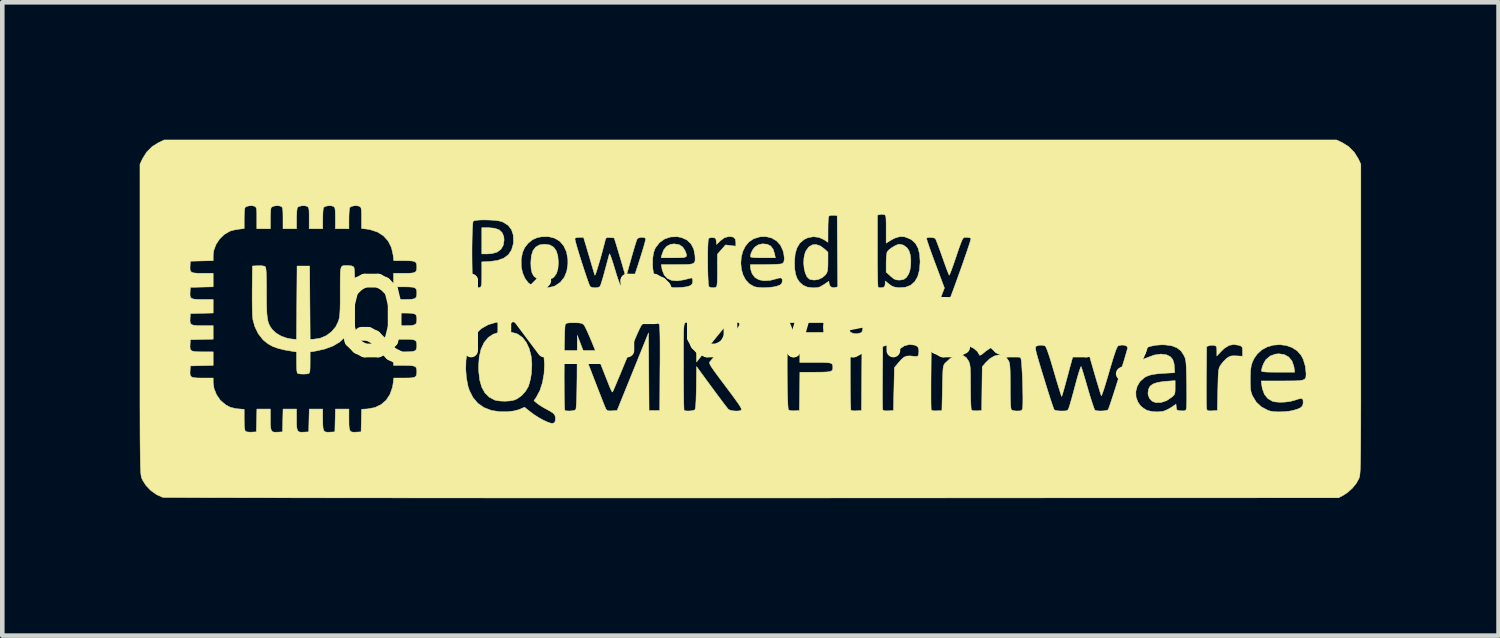
<source format=kicad_pcb>
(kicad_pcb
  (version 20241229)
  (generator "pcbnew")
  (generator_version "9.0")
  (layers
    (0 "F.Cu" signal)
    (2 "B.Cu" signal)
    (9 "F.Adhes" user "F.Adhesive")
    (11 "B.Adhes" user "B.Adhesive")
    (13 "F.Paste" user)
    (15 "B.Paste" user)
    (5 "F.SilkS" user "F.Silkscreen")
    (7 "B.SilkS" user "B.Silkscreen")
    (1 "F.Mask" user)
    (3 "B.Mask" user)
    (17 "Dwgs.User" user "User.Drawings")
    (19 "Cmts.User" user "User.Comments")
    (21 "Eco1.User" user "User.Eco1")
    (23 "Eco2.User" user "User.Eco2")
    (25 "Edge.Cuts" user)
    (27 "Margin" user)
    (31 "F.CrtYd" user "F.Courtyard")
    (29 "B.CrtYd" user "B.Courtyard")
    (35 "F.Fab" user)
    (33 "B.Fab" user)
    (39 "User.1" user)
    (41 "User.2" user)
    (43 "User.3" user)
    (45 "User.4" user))
  (footprint "QMK_PoweredBy"
    (layer "F.Cu")
    (at 13.329 3.91)
    (property "Reference" "QMK_PoweredBy" (at 0 0 0) (layer "F.SilkS") (effects (font (size 1.524 1.524) (thickness 0.3))))
    (attr through_hole)
    (fp_poly (pts (xy -5.581 -1.978) (xy -5.483 -1.943) (xy -5.418 -1.882) (xy -5.383 -1.796) (xy -5.376 -1.721) (xy -5.394 -1.608) (xy -5.444 -1.52) (xy -5.527 -1.458) (xy -5.64 -1.425) (xy -5.731 -1.418) (xy -5.863 -1.418) (xy -5.863 -1.99) (xy -5.714 -1.99) (xy -5.581 -1.978)) (stroke (width 0.01) (type solid)) (fill yes) (layer "F.SilkS"))
    (fp_poly (pts (xy -1.557 -1.62) (xy -1.478 -1.569) (xy -1.427 -1.491) (xy -1.403 -1.43) (xy -1.393 -1.387) (xy -1.402 -1.36) (xy -1.436 -1.343) (xy -1.499 -1.336) (xy -1.596 -1.334) (xy -1.673 -1.333) (xy -1.948 -1.333) (xy -1.934 -1.392) (xy -1.892 -1.506) (xy -1.828 -1.584) (xy -1.742 -1.627) (xy -1.662 -1.637) (xy -1.557 -1.62)) (stroke (width 0.01) (type solid)) (fill yes) (layer "F.SilkS"))
    (fp_poly (pts (xy 0.364 -1.629) (xy 0.365 -1.629) (xy 0.443 -1.59) (xy 0.497 -1.52) (xy 0.529 -1.417) (xy 0.545 -1.333) (xy 0.272 -1.333) (xy 0.158 -1.334) (xy 0.079 -1.337) (xy 0.031 -1.343) (xy 0.006 -1.352) (xy 0 -1.364) (xy 0.013 -1.429) (xy 0.048 -1.503) (xy 0.09 -1.561) (xy 0.166 -1.614) (xy 0.262 -1.638) (xy 0.364 -1.629)) (stroke (width 0.01) (type solid)) (fill yes) (layer "F.SilkS"))
    (fp_poly (pts (xy 9.271 1.498) (xy 9.27 1.577) (xy 9.263 1.628) (xy 9.247 1.662) (xy 9.217 1.692) (xy 9.205 1.703) (xy 9.082 1.786) (xy 8.96 1.826) (xy 8.844 1.827) (xy 8.767 1.795) (xy 8.709 1.733) (xy 8.68 1.65) (xy 8.678 1.621) (xy 8.689 1.536) (xy 8.724 1.47) (xy 8.787 1.422) (xy 8.882 1.389) (xy 9.012 1.368) (xy 9.08 1.362) (xy 9.271 1.348) (xy 9.271 1.498)) (stroke (width 0.01) (type solid)) (fill yes) (layer "F.SilkS"))
    (fp_poly (pts (xy 11.655 0.78) (xy 11.75 0.833) (xy 11.82 0.918) (xy 11.861 1.033) (xy 11.867 1.066) (xy 11.88 1.164) (xy 11.518 1.164) (xy 11.378 1.163) (xy 11.277 1.161) (xy 11.209 1.156) (xy 11.17 1.149) (xy 11.155 1.14) (xy 11.155 1.138) (xy 11.168 1.062) (xy 11.201 0.976) (xy 11.245 0.9) (xy 11.255 0.887) (xy 11.346 0.81) (xy 11.459 0.769) (xy 11.537 0.762) (xy 11.655 0.78)) (stroke (width 0.01) (type solid)) (fill yes) (layer "F.SilkS"))
    (fp_poly (pts (xy -4.381 -1.614) (xy -4.297 -1.567) (xy -4.238 -1.487) (xy -4.203 -1.373) (xy -4.191 -1.231) (xy -4.201 -1.095) (xy -4.232 -0.991) (xy -4.285 -0.916) (xy -4.315 -0.892) (xy -4.398 -0.853) (xy -4.492 -0.837) (xy -4.573 -0.846) (xy -4.663 -0.882) (xy -4.726 -0.931) (xy -4.766 -1.001) (xy -4.787 -1.099) (xy -4.793 -1.228) (xy -4.781 -1.375) (xy -4.746 -1.488) (xy -4.686 -1.568) (xy -4.601 -1.615) (xy -4.492 -1.63) (xy -4.381 -1.614)) (stroke (width 0.01) (type solid)) (fill yes) (layer "F.SilkS"))
    (fp_poly (pts (xy 1.527 -1.591) (xy 1.61 -1.531) (xy 1.693 -1.456) (xy 1.693 -1.241) (xy 1.691 -1.133) (xy 1.684 -1.056) (xy 1.667 -1.002) (xy 1.638 -0.96) (xy 1.592 -0.919) (xy 1.564 -0.898) (xy 1.487 -0.861) (xy 1.397 -0.847) (xy 1.314 -0.857) (xy 1.284 -0.871) (xy 1.234 -0.921) (xy 1.197 -1.003) (xy 1.173 -1.105) (xy 1.163 -1.218) (xy 1.169 -1.331) (xy 1.192 -1.434) (xy 1.212 -1.482) (xy 1.273 -1.568) (xy 1.349 -1.615) (xy 1.434 -1.623) (xy 1.527 -1.591)) (stroke (width 0.01) (type solid)) (fill yes) (layer "F.SilkS"))
    (fp_poly (pts (xy 3.34 -1.61) (xy 3.415 -1.555) (xy 3.462 -1.488) (xy 3.49 -1.396) (xy 3.502 -1.282) (xy 3.498 -1.161) (xy 3.48 -1.05) (xy 3.454 -0.98) (xy 3.406 -0.905) (xy 3.35 -0.863) (xy 3.275 -0.848) (xy 3.239 -0.847) (xy 3.182 -0.852) (xy 3.133 -0.873) (xy 3.077 -0.917) (xy 3.058 -0.934) (xy 2.963 -1.021) (xy 2.963 -1.221) (xy 2.966 -1.314) (xy 2.972 -1.393) (xy 2.981 -1.449) (xy 2.986 -1.463) (xy 3.022 -1.505) (xy 3.083 -1.552) (xy 3.153 -1.594) (xy 3.218 -1.623) (xy 3.254 -1.63) (xy 3.34 -1.61)) (stroke (width 0.01) (type solid)) (fill yes) (layer "F.SilkS"))
    (fp_poly (pts (xy -5.233 0.29) (xy -5.111 0.319) (xy -5.077 0.334) (xy -4.973 0.408) (xy -4.89 0.516) (xy -4.827 0.652) (xy -4.786 0.812) (xy -4.77 0.992) (xy -4.78 1.187) (xy -4.782 1.201) (xy -4.798 1.3) (xy -4.822 1.399) (xy -4.847 1.476) (xy -4.85 1.482) (xy -4.91 1.583) (xy -4.994 1.675) (xy -5.091 1.744) (xy -5.161 1.774) (xy -5.247 1.79) (xy -5.352 1.797) (xy -5.46 1.793) (xy -5.551 1.78) (xy -5.583 1.771) (xy -5.701 1.708) (xy -5.795 1.615) (xy -5.864 1.49) (xy -5.909 1.332) (xy -5.93 1.14) (xy -5.933 1.038) (xy -5.919 0.834) (xy -5.879 0.66) (xy -5.813 0.517) (xy -5.722 0.407) (xy -5.616 0.336) (xy -5.502 0.298) (xy -5.369 0.283) (xy -5.233 0.29)) (stroke (width 0.01) (type solid)) (fill yes) (layer "F.SilkS"))
    (fp_poly (pts (xy -8.785 -1.164) (xy -8.706 -1.157) (xy -8.66 -1.135) (xy -8.657 -1.132) (xy -8.648 -1.1) (xy -8.642 -1.032) (xy -8.638 -0.935) (xy -8.636 -0.817) (xy -8.637 -0.684) (xy -8.64 -0.542) (xy -8.644 -0.399) (xy -8.651 -0.261) (xy -8.658 -0.136) (xy -8.667 -0.03) (xy -8.678 0.051) (xy -8.687 0.093) (xy -8.756 0.258) (xy -8.848 0.395) (xy -8.966 0.506) (xy -9.113 0.593) (xy -9.293 0.659) (xy -9.508 0.706) (xy -9.53 0.709) (xy -9.61 0.722) (xy -9.61 0.951) (xy -9.611 1.056) (xy -9.614 1.125) (xy -9.622 1.167) (xy -9.634 1.188) (xy -9.643 1.194) (xy -9.689 1.202) (xy -9.756 1.205) (xy -9.825 1.202) (xy -9.875 1.194) (xy -9.88 1.192) (xy -9.893 1.172) (xy -9.901 1.12) (xy -9.905 1.033) (xy -9.906 0.952) (xy -9.906 0.722) (xy -9.985 0.71) (xy -10.166 0.679) (xy -10.311 0.643) (xy -10.43 0.6) (xy -10.528 0.545) (xy -10.615 0.476) (xy -10.642 0.451) (xy -10.742 0.323) (xy -10.817 0.169) (xy -10.859 0.017) (xy -10.865 -0.037) (xy -10.87 -0.126) (xy -10.873 -0.243) (xy -10.875 -0.38) (xy -10.875 -0.53) (xy -10.875 -0.626) (xy -10.869 -1.154) (xy -10.746 -1.16) (xy -10.667 -1.159) (xy -10.609 -1.15) (xy -10.592 -1.142) (xy -10.583 -1.127) (xy -10.575 -1.096) (xy -10.57 -1.046) (xy -10.566 -0.971) (xy -10.564 -0.868) (xy -10.562 -0.73) (xy -10.562 -0.58) (xy -10.562 -0.393) (xy -10.559 -0.242) (xy -10.554 -0.122) (xy -10.544 -0.028) (xy -10.531 0.047) (xy -10.512 0.107) (xy -10.486 0.16) (xy -10.453 0.209) (xy -10.432 0.237) (xy -10.35 0.313) (xy -10.24 0.377) (xy -10.116 0.421) (xy -10.025 0.438) (xy -9.907 0.45) (xy -9.895 -1.154) (xy -9.62 -1.154) (xy -9.615 -0.355) (xy -9.609 0.445) (xy -9.539 0.445) (xy -9.395 0.424) (xy -9.26 0.368) (xy -9.142 0.28) (xy -9.048 0.168) (xy -8.996 0.059) (xy -8.982 0.017) (xy -8.972 -0.026) (xy -8.965 -0.078) (xy -8.96 -0.143) (xy -8.956 -0.229) (xy -8.954 -0.341) (xy -8.954 -0.485) (xy -8.954 -0.6) (xy -8.954 -0.77) (xy -8.953 -0.901) (xy -8.951 -1) (xy -8.945 -1.07) (xy -8.934 -1.117) (xy -8.917 -1.146) (xy -8.893 -1.16) (xy -8.859 -1.164) (xy -8.815 -1.164) (xy -8.785 -1.164)) (stroke (width 0.01) (type solid)) (fill yes) (layer "F.SilkS"))
    (fp_poly (pts (xy 12.915 -3.849) (xy 13.059 -3.759) (xy 13.18 -3.637) (xy 13.268 -3.496) (xy 13.324 -3.376) (xy 13.324 0) (xy 13.324 0.443) (xy 13.324 0.845) (xy 13.324 1.209) (xy 13.324 1.536) (xy 13.324 1.83) (xy 13.323 2.091) (xy 13.323 2.321) (xy 13.322 2.523) (xy 13.321 2.699) (xy 13.32 2.85) (xy 13.318 2.979) (xy 13.317 3.088) (xy 13.315 3.178) (xy 13.312 3.252) (xy 13.31 3.312) (xy 13.306 3.359) (xy 13.303 3.396) (xy 13.299 3.424) (xy 13.295 3.446) (xy 13.29 3.463) (xy 13.285 3.478) (xy 13.284 3.481) (xy 13.226 3.588) (xy 13.139 3.695) (xy 13.035 3.789) (xy 12.944 3.849) (xy 12.838 3.905) (xy 0.032 3.909) (xy -0.703 3.909) (xy -1.428 3.909) (xy -2.141 3.909) (xy -2.841 3.909) (xy -3.527 3.909) (xy -4.198 3.909) (xy -4.853 3.909) (xy -5.491 3.909) (xy -6.11 3.908) (xy -6.71 3.908) (xy -7.289 3.908) (xy -7.845 3.907) (xy -8.379 3.907) (xy -8.888 3.907) (xy -9.372 3.906) (xy -9.83 3.906) (xy -10.259 3.905) (xy -10.66 3.904) (xy -11.03 3.904) (xy -11.369 3.903) (xy -11.676 3.902) (xy -11.949 3.902) (xy -12.188 3.901) (xy -12.39 3.9) (xy -12.556 3.899) (xy -12.683 3.898) (xy -12.771 3.898) (xy -12.819 3.897) (xy -12.827 3.896) (xy -12.961 3.836) (xy -13.087 3.747) (xy -13.193 3.636) (xy -13.27 3.514) (xy -13.284 3.481) (xy -13.289 3.467) (xy -13.294 3.45) (xy -13.298 3.429) (xy -13.302 3.402) (xy -13.306 3.367) (xy -13.309 3.323) (xy -13.312 3.266) (xy -13.314 3.195) (xy -13.316 3.109) (xy -13.318 3.004) (xy -13.319 2.88) (xy -13.321 2.733) (xy -13.322 2.563) (xy -13.323 2.366) (xy -13.323 2.142) (xy -13.324 1.888) (xy -13.324 1.601) (xy -13.324 1.281) (xy -13.324 0.925) (xy -13.324 0.531) (xy -13.324 0.097) (xy -13.324 -1.092) (xy -12.232 -1.092) (xy -12.223 -1.047) (xy -12.197 -1.018) (xy -12.148 -1.003) (xy -12.069 -0.996) (xy -11.957 -0.995) (xy -11.726 -0.995) (xy -11.726 -0.7) (xy -11.975 -0.694) (xy -12.224 -0.688) (xy -12.23 -0.586) (xy -12.232 -0.52) (xy -12.223 -0.475) (xy -12.197 -0.447) (xy -12.148 -0.431) (xy -12.069 -0.425) (xy -11.957 -0.423) (xy -11.726 -0.423) (xy -11.726 -0.128) (xy -11.975 -0.122) (xy -12.224 -0.116) (xy -12.23 -0.014) (xy -12.232 0.051) (xy -12.223 0.096) (xy -12.197 0.125) (xy -12.148 0.14) (xy -12.069 0.147) (xy -11.957 0.148) (xy -11.726 0.148) (xy -11.726 0.443) (xy -11.975 0.449) (xy -12.224 0.455) (xy -12.23 0.557) (xy -12.232 0.623) (xy -12.223 0.668) (xy -12.197 0.696) (xy -12.148 0.712) (xy -12.069 0.718) (xy -11.957 0.72) (xy -11.726 0.72) (xy -11.726 1.015) (xy -11.975 1.021) (xy -12.224 1.027) (xy -12.23 1.129) (xy -12.232 1.194) (xy -12.223 1.239) (xy -12.197 1.268) (xy -12.148 1.283) (xy -12.069 1.29) (xy -11.957 1.291) (xy -11.726 1.291) (xy -11.726 1.386) (xy -11.707 1.521) (xy -11.654 1.654) (xy -11.575 1.769) (xy -11.552 1.792) (xy -11.451 1.877) (xy -11.351 1.93) (xy -11.236 1.958) (xy -11.182 1.964) (xy -11.049 1.974) (xy -11.049 2.2) (xy -11.046 2.324) (xy -11.038 2.407) (xy -11.025 2.449) (xy -11.023 2.452) (xy -10.983 2.468) (xy -10.914 2.473) (xy -10.89 2.472) (xy -10.784 2.466) (xy -10.778 2.217) (xy -10.772 1.968) (xy -10.477 1.968) (xy -10.477 2.199) (xy -10.476 2.313) (xy -10.469 2.391) (xy -10.453 2.44) (xy -10.425 2.466) (xy -10.379 2.474) (xy -10.315 2.472) (xy -10.213 2.466) (xy -10.207 2.217) (xy -10.201 1.968) (xy -9.906 1.968) (xy -9.906 2.199) (xy -9.905 2.313) (xy -9.898 2.391) (xy -9.882 2.44) (xy -9.853 2.466) (xy -9.808 2.474) (xy -9.744 2.472) (xy -9.641 2.466) (xy -9.635 2.217) (xy -9.629 1.968) (xy -9.335 1.968) (xy -9.335 2.199) (xy -9.333 2.313) (xy -9.326 2.391) (xy -9.31 2.44) (xy -9.282 2.466) (xy -9.236 2.474) (xy -9.172 2.472) (xy -9.07 2.466) (xy -9.064 2.217) (xy -9.058 1.968) (xy -8.763 1.968) (xy -8.763 2.199) (xy -8.762 2.313) (xy -8.755 2.391) (xy -8.739 2.44) (xy -8.71 2.466) (xy -8.665 2.474) (xy -8.601 2.472) (xy -8.498 2.466) (xy -8.492 2.22) (xy -8.487 1.973) (xy -8.355 1.965) (xy -8.197 1.935) (xy -8.061 1.871) (xy -7.95 1.775) (xy -7.867 1.648) (xy -7.813 1.495) (xy -7.799 1.413) (xy -7.784 1.291) (xy -7.555 1.291) (xy -7.443 1.29) (xy -7.366 1.283) (xy -7.318 1.267) (xy -7.293 1.239) (xy -7.283 1.195) (xy -7.281 1.154) (xy -7.284 1.098) (xy -6.213 1.098) (xy -6.199 1.288) (xy -6.165 1.465) (xy -6.136 1.557) (xy -6.057 1.715) (xy -5.95 1.842) (xy -5.815 1.936) (xy -5.655 1.998) (xy -5.468 2.027) (xy -5.305 2.027) (xy -5.171 2.011) (xy -5.06 1.984) (xy -5.03 1.972) (xy -4.93 1.928) (xy -4.802 2.031) (xy -4.712 2.097) (xy -4.614 2.159) (xy -4.515 2.213) (xy -4.425 2.254) (xy -4.353 2.278) (xy -4.318 2.281) (xy -4.277 2.266) (xy -4.259 2.225) (xy -4.258 2.215) (xy -4.256 2.149) (xy -4.27 2.099) (xy -4.308 2.056) (xy -4.376 2.012) (xy -4.428 1.984) (xy -4.512 1.938) (xy -4.591 1.89) (xy -4.648 1.849) (xy -4.654 1.845) (xy -4.724 1.786) (xy -4.67 1.706) (xy -4.594 1.563) (xy -4.538 1.39) (xy -4.514 1.253) (xy -4.065 1.253) (xy -4.064 1.419) (xy -4.064 1.574) (xy -4.062 1.713) (xy -4.06 1.83) (xy -4.057 1.92) (xy -4.054 1.977) (xy -4.05 1.997) (xy -4.016 2.008) (xy -3.958 2.011) (xy -3.893 2.007) (xy -3.838 1.996) (xy -3.813 1.983) (xy -3.806 1.955) (xy -3.8 1.891) (xy -3.795 1.789) (xy -3.79 1.648) (xy -3.787 1.467) (xy -3.784 1.245) (xy -3.784 1.157) (xy -3.778 0.36) (xy -3.483 1.127) (xy -3.417 1.3) (xy -3.354 1.462) (xy -3.297 1.609) (xy -3.247 1.736) (xy -3.207 1.839) (xy -3.177 1.912) (xy -3.161 1.951) (xy -3.16 1.954) (xy -3.139 1.988) (xy -3.112 2.005) (xy -3.066 2.009) (xy -3.02 2.007) (xy -2.91 2) (xy -2.567 1.154) (xy -2.224 0.307) (xy -2.218 1.154) (xy -2.212 2) (xy -1.979 2) (xy -1.974 1.071) (xy -1.973 1.016) (xy -1.46 1.016) (xy -1.46 1.045) (xy -1.46 1.24) (xy -1.459 1.422) (xy -1.458 1.587) (xy -1.456 1.73) (xy -1.454 1.846) (xy -1.451 1.933) (xy -1.449 1.984) (xy -1.446 1.997) (xy -1.413 2.008) (xy -1.355 2.011) (xy -1.29 2.007) (xy -1.235 1.996) (xy -1.21 1.983) (xy -1.201 1.95) (xy -1.193 1.878) (xy -1.187 1.767) (xy -1.183 1.62) (xy -1.18 1.498) (xy -1.175 1.041) (xy -0.847 1.489) (xy -0.757 1.611) (xy -0.673 1.723) (xy -0.6 1.821) (xy -0.541 1.898) (xy -0.5 1.951) (xy -0.482 1.973) (xy -0.442 1.994) (xy -0.381 2.007) (xy -0.311 2.012) (xy -0.248 2.009) (xy -0.207 1.996) (xy -0.201 1.99) (xy -0.197 1.978) (xy -0.199 1.96) (xy -0.211 1.934) (xy -0.234 1.894) (xy -0.271 1.839) (xy -0.325 1.764) (xy -0.397 1.665) (xy -0.491 1.539) (xy -0.577 1.424) (xy -0.679 1.288) (xy -0.758 1.181) (xy -0.816 1.1) (xy -0.856 1.041) (xy -0.88 0.999) (xy -0.892 0.97) (xy -0.893 0.953) (xy 0.803 0.953) (xy 0.803 1.125) (xy 0.804 1.296) (xy 0.806 1.46) (xy 0.809 1.61) (xy 0.813 1.743) (xy 0.817 1.852) (xy 0.822 1.932) (xy 0.828 1.978) (xy 0.831 1.986) (xy 0.87 2.002) (xy 0.939 2.007) (xy 0.963 2.006) (xy 1.069 2) (xy 1.075 1.582) (xy 1.08 1.164) (xy 1.414 1.164) (xy 1.551 1.163) (xy 1.651 1.16) (xy 1.72 1.153) (xy 1.764 1.14) (xy 1.788 1.121) (xy 1.798 1.093) (xy 1.799 1.066) (xy 1.798 1.026) (xy 1.791 0.996) (xy 1.773 0.976) (xy 1.737 0.963) (xy 1.678 0.956) (xy 1.59 0.953) (xy 1.467 0.953) (xy 1.426 0.953) (xy 1.079 0.953) (xy 1.079 0.613) (xy 2.18 0.613) (xy 2.18 1.298) (xy 2.181 1.464) (xy 2.182 1.617) (xy 2.184 1.751) (xy 2.186 1.86) (xy 2.19 1.941) (xy 2.193 1.988) (xy 2.195 1.998) (xy 2.223 2.005) (xy 2.279 2.008) (xy 2.317 2.006) (xy 2.424 2) (xy 2.427 1.6) (xy 2.882 1.6) (xy 2.883 1.734) (xy 2.884 1.845) (xy 2.885 1.928) (xy 2.887 1.976) (xy 2.889 1.985) (xy 2.914 2.003) (xy 2.974 2.008) (xy 3.011 2.007) (xy 3.122 2) (xy 3.131 1.6) (xy 3.941 1.6) (xy 3.941 1.734) (xy 3.942 1.845) (xy 3.944 1.928) (xy 3.946 1.976) (xy 3.947 1.985) (xy 3.972 2.003) (xy 4.033 2.008) (xy 4.069 2.007) (xy 4.18 2) (xy 4.191 1.51) (xy 4.194 1.353) (xy 4.198 1.234) (xy 4.201 1.145) (xy 4.206 1.082) (xy 4.213 1.038) (xy 4.222 1.008) (xy 4.234 0.986) (xy 4.249 0.967) (xy 4.255 0.962) (xy 4.359 0.866) (xy 4.461 0.806) (xy 4.556 0.783) (xy 4.641 0.797) (xy 4.713 0.847) (xy 4.762 0.92) (xy 4.776 0.952) (xy 4.787 0.987) (xy 4.794 1.031) (xy 4.8 1.091) (xy 4.803 1.172) (xy 4.804 1.28) (xy 4.805 1.423) (xy 4.805 1.483) (xy 4.806 1.622) (xy 4.808 1.747) (xy 4.812 1.852) (xy 4.816 1.931) (xy 4.821 1.977) (xy 4.823 1.986) (xy 4.859 2.004) (xy 4.934 2.007) (xy 4.944 2.007) (xy 5.048 2) (xy 5.06 1.044) (xy 5.136 0.955) (xy 5.229 0.867) (xy 5.326 0.81) (xy 5.421 0.787) (xy 5.509 0.798) (xy 5.584 0.842) (xy 5.638 0.918) (xy 5.65 0.948) (xy 5.658 0.989) (xy 5.665 1.045) (xy 5.669 1.122) (xy 5.671 1.227) (xy 5.672 1.364) (xy 5.673 1.475) (xy 5.673 1.648) (xy 5.676 1.782) (xy 5.68 1.88) (xy 5.686 1.945) (xy 5.694 1.979) (xy 5.698 1.985) (xy 5.733 2.001) (xy 5.793 2.01) (xy 5.825 2.011) (xy 5.887 2.008) (xy 5.92 1.997) (xy 5.935 1.971) (xy 5.94 1.956) (xy 5.945 1.911) (xy 5.947 1.831) (xy 5.948 1.725) (xy 5.946 1.601) (xy 5.943 1.465) (xy 5.939 1.327) (xy 5.933 1.193) (xy 5.926 1.071) (xy 5.919 0.97) (xy 5.911 0.897) (xy 5.904 0.863) (xy 5.843 0.742) (xy 5.753 0.65) (xy 5.702 0.624) (xy 6.223 0.624) (xy 6.223 0.65) (xy 6.23 0.691) (xy 6.244 0.75) (xy 6.267 0.833) (xy 6.299 0.942) (xy 6.341 1.083) (xy 6.395 1.26) (xy 6.405 1.291) (xy 6.455 1.453) (xy 6.501 1.601) (xy 6.543 1.733) (xy 6.579 1.842) (xy 6.607 1.923) (xy 6.625 1.972) (xy 6.63 1.984) (xy 6.665 2) (xy 6.733 2.009) (xy 6.788 2.011) (xy 6.862 2.01) (xy 6.905 2.004) (xy 6.929 1.987) (xy 6.946 1.956) (xy 6.951 1.942) (xy 6.965 1.901) (xy 6.987 1.826) (xy 7.016 1.725) (xy 7.049 1.605) (xy 7.084 1.474) (xy 7.092 1.444) (xy 7.126 1.318) (xy 7.157 1.209) (xy 7.184 1.123) (xy 7.204 1.065) (xy 7.217 1.041) (xy 7.219 1.041) (xy 7.229 1.069) (xy 7.249 1.131) (xy 7.276 1.221) (xy 7.31 1.334) (xy 7.347 1.462) (xy 7.365 1.524) (xy 7.404 1.656) (xy 7.441 1.775) (xy 7.474 1.874) (xy 7.499 1.947) (xy 7.517 1.988) (xy 7.521 1.995) (xy 7.563 2.006) (xy 7.627 2.011) (xy 7.698 2.009) (xy 7.762 2) (xy 7.803 1.987) (xy 7.807 1.983) (xy 7.819 1.957) (xy 7.841 1.896) (xy 7.871 1.807) (xy 7.908 1.695) (xy 7.944 1.585) (xy 8.413 1.585) (xy 8.417 1.703) (xy 8.458 1.816) (xy 8.516 1.897) (xy 8.578 1.95) (xy 8.649 1.992) (xy 8.668 2) (xy 8.772 2.024) (xy 8.889 2.03) (xy 8.999 2.019) (xy 9.04 2.007) (xy 9.102 1.98) (xy 9.174 1.94) (xy 9.201 1.923) (xy 9.289 1.862) (xy 9.296 1.931) (xy 9.303 1.973) (xy 9.321 1.994) (xy 9.362 2.004) (xy 9.403 2.007) (xy 9.464 2.008) (xy 9.496 2) (xy 9.511 1.976) (xy 9.516 1.959) (xy 9.52 1.922) (xy 9.522 1.851) (xy 9.524 1.75) (xy 9.524 1.627) (xy 9.523 1.577) (xy 9.952 1.577) (xy 9.952 1.712) (xy 9.953 1.824) (xy 9.955 1.907) (xy 9.958 1.956) (xy 9.959 1.964) (xy 9.97 1.993) (xy 9.993 2.006) (xy 10.04 2.009) (xy 10.081 2.007) (xy 10.192 2) (xy 10.202 1.544) (xy 10.206 1.393) (xy 10.208 1.312) (xy 10.911 1.312) (xy 10.912 1.428) (xy 10.916 1.512) (xy 10.924 1.575) (xy 10.937 1.626) (xy 10.957 1.676) (xy 10.96 1.683) (xy 11.043 1.818) (xy 11.155 1.922) (xy 11.296 1.996) (xy 11.345 2.012) (xy 11.418 2.025) (xy 11.517 2.03) (xy 11.629 2.027) (xy 11.739 2.018) (xy 11.833 2.002) (xy 11.844 1.999) (xy 11.944 1.969) (xy 12.01 1.939) (xy 12.047 1.903) (xy 12.063 1.855) (xy 12.065 1.82) (xy 12.062 1.771) (xy 12.047 1.744) (xy 12.014 1.738) (xy 11.956 1.751) (xy 11.874 1.778) (xy 11.78 1.802) (xy 11.669 1.816) (xy 11.556 1.82) (xy 11.456 1.812) (xy 11.394 1.798) (xy 11.293 1.738) (xy 11.22 1.647) (xy 11.174 1.523) (xy 11.164 1.464) (xy 11.149 1.355) (xy 11.606 1.355) (xy 11.768 1.354) (xy 11.892 1.353) (xy 11.984 1.348) (xy 12.048 1.338) (xy 12.09 1.322) (xy 12.114 1.299) (xy 12.125 1.267) (xy 12.128 1.224) (xy 12.129 1.195) (xy 12.113 1.036) (xy 12.069 0.888) (xy 12.023 0.798) (xy 11.936 0.698) (xy 11.825 0.626) (xy 11.696 0.581) (xy 11.557 0.563) (xy 11.417 0.573) (xy 11.283 0.611) (xy 11.162 0.676) (xy 11.062 0.769) (xy 11.055 0.778) (xy 10.998 0.859) (xy 10.958 0.937) (xy 10.932 1.021) (xy 10.917 1.122) (xy 10.912 1.251) (xy 10.911 1.312) (xy 10.208 1.312) (xy 10.209 1.279) (xy 10.213 1.195) (xy 10.219 1.134) (xy 10.227 1.09) (xy 10.237 1.057) (xy 10.252 1.029) (xy 10.27 1) (xy 10.323 0.933) (xy 10.384 0.872) (xy 10.402 0.857) (xy 10.449 0.826) (xy 10.494 0.81) (xy 10.554 0.806) (xy 10.609 0.808) (xy 10.742 0.815) (xy 10.742 0.709) (xy 10.741 0.646) (xy 10.73 0.611) (xy 10.701 0.591) (xy 10.654 0.575) (xy 10.547 0.559) (xy 10.446 0.58) (xy 10.347 0.641) (xy 10.282 0.703) (xy 10.181 0.809) (xy 10.181 0.701) (xy 10.179 0.637) (xy 10.169 0.602) (xy 10.146 0.586) (xy 10.125 0.579) (xy 10.061 0.576) (xy 10.014 0.585) (xy 9.959 0.604) (xy 9.953 1.26) (xy 9.952 1.424) (xy 9.952 1.577) (xy 9.523 1.577) (xy 9.523 1.488) (xy 9.522 1.402) (xy 9.519 1.242) (xy 9.516 1.118) (xy 9.512 1.024) (xy 9.507 0.955) (xy 9.5 0.903) (xy 9.491 0.863) (xy 9.478 0.829) (xy 9.464 0.799) (xy 9.4 0.701) (xy 9.313 0.632) (xy 9.2 0.588) (xy 9.057 0.568) (xy 8.974 0.566) (xy 8.84 0.576) (xy 8.72 0.602) (xy 8.618 0.641) (xy 8.539 0.689) (xy 8.487 0.744) (xy 8.468 0.804) (xy 8.486 0.864) (xy 8.493 0.873) (xy 8.51 0.89) (xy 8.534 0.894) (xy 8.573 0.883) (xy 8.639 0.855) (xy 8.663 0.845) (xy 8.822 0.788) (xy 8.961 0.768) (xy 9.08 0.784) (xy 9.089 0.787) (xy 9.168 0.827) (xy 9.219 0.888) (xy 9.247 0.976) (xy 9.254 1.048) (xy 9.26 1.175) (xy 9.028 1.188) (xy 8.886 1.199) (xy 8.778 1.214) (xy 8.696 1.235) (xy 8.629 1.264) (xy 8.603 1.28) (xy 8.506 1.365) (xy 8.443 1.469) (xy 8.413 1.585) (xy 7.944 1.585) (xy 7.95 1.566) (xy 7.994 1.426) (xy 8.04 1.281) (xy 8.085 1.137) (xy 8.127 1.001) (xy 8.165 0.877) (xy 8.196 0.771) (xy 8.219 0.691) (xy 8.232 0.641) (xy 8.234 0.628) (xy 8.215 0.596) (xy 8.169 0.576) (xy 8.108 0.571) (xy 8.046 0.582) (xy 8.024 0.591) (xy 8.008 0.613) (xy 7.984 0.665) (xy 7.954 0.75) (xy 7.915 0.87) (xy 7.868 1.026) (xy 7.831 1.152) (xy 7.789 1.295) (xy 7.751 1.422) (xy 7.717 1.53) (xy 7.689 1.611) (xy 7.67 1.662) (xy 7.66 1.678) (xy 7.66 1.678) (xy 7.651 1.654) (xy 7.631 1.595) (xy 7.604 1.506) (xy 7.57 1.393) (xy 7.531 1.262) (xy 7.492 1.127) (xy 7.338 0.593) (xy 7.269 0.58) (xy 7.184 0.577) (xy 7.121 0.6) (xy 7.094 0.631) (xy 7.084 0.661) (xy 7.065 0.725) (xy 7.039 0.819) (xy 7.007 0.936) (xy 6.97 1.069) (xy 6.941 1.18) (xy 6.903 1.32) (xy 6.869 1.446) (xy 6.839 1.551) (xy 6.816 1.631) (xy 6.8 1.68) (xy 6.794 1.693) (xy 6.786 1.674) (xy 6.767 1.619) (xy 6.741 1.534) (xy 6.707 1.424) (xy 6.668 1.295) (xy 6.626 1.152) (xy 6.572 0.968) (xy 6.527 0.823) (xy 6.49 0.714) (xy 6.462 0.641) (xy 6.441 0.6) (xy 6.432 0.591) (xy 6.368 0.574) (xy 6.295 0.576) (xy 6.237 0.598) (xy 6.228 0.608) (xy 6.223 0.624) (xy 5.702 0.624) (xy 5.638 0.591) (xy 5.501 0.566) (xy 5.482 0.566) (xy 5.371 0.578) (xy 5.263 0.621) (xy 5.148 0.696) (xy 5.086 0.748) (xy 5.036 0.786) (xy 5.006 0.795) (xy 5.001 0.79) (xy 4.954 0.711) (xy 4.876 0.644) (xy 4.775 0.594) (xy 4.663 0.568) (xy 4.614 0.565) (xy 4.515 0.574) (xy 4.423 0.604) (xy 4.327 0.662) (xy 4.26 0.713) (xy 4.17 0.786) (xy 4.17 0.69) (xy 4.167 0.629) (xy 4.155 0.598) (xy 4.125 0.583) (xy 4.114 0.579) (xy 4.05 0.576) (xy 4.003 0.585) (xy 3.948 0.604) (xy 3.942 1.281) (xy 3.941 1.447) (xy 3.941 1.6) (xy 3.131 1.6) (xy 3.133 1.533) (xy 3.143 1.065) (xy 3.225 0.965) (xy 3.294 0.887) (xy 3.351 0.838) (xy 3.407 0.813) (xy 3.474 0.808) (xy 3.533 0.813) (xy 3.602 0.82) (xy 3.641 0.818) (xy 3.66 0.804) (xy 3.67 0.775) (xy 3.671 0.771) (xy 3.677 0.706) (xy 3.672 0.654) (xy 3.653 0.61) (xy 3.613 0.583) (xy 3.576 0.571) (xy 3.466 0.56) (xy 3.362 0.588) (xy 3.259 0.656) (xy 3.212 0.7) (xy 3.111 0.804) (xy 3.111 0.699) (xy 3.109 0.635) (xy 3.099 0.601) (xy 3.075 0.585) (xy 3.056 0.579) (xy 2.992 0.576) (xy 2.944 0.585) (xy 2.889 0.604) (xy 2.884 1.281) (xy 2.883 1.447) (xy 2.882 1.6) (xy 2.427 1.6) (xy 2.429 1.297) (xy 2.435 0.595) (xy 2.359 0.58) (xy 2.289 0.577) (xy 2.231 0.59) (xy 2.18 0.613) (xy 1.079 0.613) (xy 1.079 0.296) (xy 1.44 0.296) (xy 1.571 0.296) (xy 1.666 0.295) (xy 1.731 0.292) (xy 1.773 0.287) (xy 1.797 0.279) (xy 1.81 0.266) (xy 1.818 0.249) (xy 1.819 0.248) (xy 1.829 0.189) (xy 1.828 0.163) (xy 2.16 0.163) (xy 2.162 0.227) (xy 2.175 0.277) (xy 2.185 0.291) (xy 2.25 0.32) (xy 2.329 0.325) (xy 2.403 0.307) (xy 2.429 0.291) (xy 2.445 0.258) (xy 2.455 0.201) (xy 2.455 0.178) (xy 2.45 0.113) (xy 2.43 0.074) (xy 2.402 0.051) (xy 2.335 0.029) (xy 2.257 0.034) (xy 2.19 0.064) (xy 2.187 0.066) (xy 2.169 0.103) (xy 2.16 0.163) (xy 1.828 0.163) (xy 1.826 0.142) (xy 1.815 0.085) (xy 0.846 0.085) (xy 0.825 0.139) (xy 0.819 0.175) (xy 0.814 0.247) (xy 0.81 0.349) (xy 0.807 0.476) (xy 0.805 0.623) (xy 0.804 0.783) (xy 0.803 0.953) (xy -0.893 0.953) (xy -0.893 0.951) (xy -0.886 0.937) (xy -0.885 0.936) (xy -0.781 0.815) (xy -0.677 0.691) (xy -0.576 0.569) (xy -0.482 0.455) (xy -0.399 0.352) (xy -0.33 0.265) (xy -0.28 0.2) (xy -0.252 0.161) (xy -0.248 0.154) (xy -0.236 0.111) (xy -0.251 0.086) (xy -0.255 0.083) (xy -0.301 0.07) (xy -0.368 0.066) (xy -0.435 0.072) (xy -0.469 0.081) (xy -0.492 0.101) (xy -0.536 0.15) (xy -0.599 0.222) (xy -0.676 0.315) (xy -0.763 0.422) (xy -0.84 0.518) (xy -1.175 0.941) (xy -1.18 0.529) (xy -1.183 0.384) (xy -1.186 0.276) (xy -1.19 0.199) (xy -1.196 0.147) (xy -1.204 0.115) (xy -1.215 0.096) (xy -1.221 0.09) (xy -1.28 0.068) (xy -1.353 0.066) (xy -1.42 0.085) (xy -1.42 0.085) (xy -1.429 0.092) (xy -1.437 0.103) (xy -1.444 0.122) (xy -1.449 0.153) (xy -1.453 0.199) (xy -1.456 0.265) (xy -1.458 0.354) (xy -1.459 0.47) (xy -1.46 0.616) (xy -1.46 0.797) (xy -1.46 1.016) (xy -1.973 1.016) (xy -1.972 0.826) (xy -1.972 0.62) (xy -1.973 0.453) (xy -1.975 0.322) (xy -1.979 0.224) (xy -1.983 0.158) (xy -1.989 0.122) (xy -1.992 0.114) (xy -2.028 0.096) (xy -2.102 0.086) (xy -2.174 0.085) (xy -2.258 0.086) (xy -2.312 0.093) (xy -2.347 0.108) (xy -2.375 0.133) (xy -2.375 0.134) (xy -2.393 0.164) (xy -2.425 0.229) (xy -2.469 0.324) (xy -2.521 0.444) (xy -2.582 0.583) (xy -2.647 0.738) (xy -2.708 0.884) (xy -2.775 1.046) (xy -2.837 1.196) (xy -2.893 1.328) (xy -2.939 1.439) (xy -2.976 1.524) (xy -3 1.579) (xy -3.009 1.598) (xy -3.022 1.587) (xy -3.045 1.544) (xy -3.073 1.48) (xy -3.074 1.477) (xy -3.096 1.423) (xy -3.13 1.336) (xy -3.175 1.222) (xy -3.228 1.088) (xy -3.286 0.941) (xy -3.347 0.786) (xy -3.356 0.762) (xy -3.42 0.604) (xy -3.479 0.46) (xy -3.532 0.337) (xy -3.577 0.238) (xy -3.611 0.168) (xy -3.632 0.133) (xy -3.633 0.132) (xy -3.663 0.108) (xy -3.7 0.094) (xy -3.754 0.087) (xy -3.838 0.085) (xy -3.851 0.085) (xy -3.938 0.086) (xy -3.992 0.091) (xy -4.023 0.103) (xy -4.04 0.123) (xy -4.042 0.126) (xy -4.046 0.154) (xy -4.05 0.219) (xy -4.054 0.316) (xy -4.057 0.438) (xy -4.06 0.581) (xy -4.062 0.739) (xy -4.063 0.907) (xy -4.064 1.08) (xy -4.065 1.253) (xy -4.514 1.253) (xy -4.504 1.199) (xy -4.494 0.998) (xy -4.507 0.823) (xy -4.549 0.616) (xy -4.618 0.441) (xy -4.714 0.299) (xy -4.837 0.189) (xy -4.987 0.112) (xy -5.164 0.068) (xy -5.345 0.056) (xy -5.546 0.075) (xy -5.723 0.127) (xy -5.875 0.213) (xy -6 0.333) (xy -6.1 0.485) (xy -6.138 0.571) (xy -6.183 0.726) (xy -6.208 0.906) (xy -6.213 1.098) (xy -7.284 1.098) (xy -7.284 1.097) (xy -7.298 1.059) (xy -7.329 1.035) (xy -7.385 1.022) (xy -7.471 1.017) (xy -7.557 1.016) (xy -7.789 1.016) (xy -7.789 0.72) (xy -7.557 0.72) (xy -7.444 0.718) (xy -7.367 0.711) (xy -7.319 0.696) (xy -7.293 0.668) (xy -7.283 0.625) (xy -7.281 0.582) (xy -7.284 0.526) (xy -7.298 0.487) (xy -7.329 0.463) (xy -7.385 0.45) (xy -7.471 0.445) (xy -7.557 0.445) (xy -7.789 0.445) (xy -7.789 0.148) (xy -7.557 0.148) (xy -7.444 0.147) (xy -7.367 0.14) (xy -7.319 0.124) (xy -7.293 0.097) (xy -7.283 0.054) (xy -7.281 0.011) (xy -7.284 -0.046) (xy -7.298 -0.084) (xy -7.329 -0.108) (xy -7.385 -0.121) (xy -7.471 -0.126) (xy -7.557 -0.127) (xy -7.789 -0.127) (xy -7.789 -0.423) (xy -7.557 -0.423) (xy -7.444 -0.425) (xy -7.367 -0.432) (xy -7.319 -0.447) (xy -7.293 -0.475) (xy -7.283 -0.518) (xy -7.281 -0.561) (xy -7.284 -0.617) (xy -7.298 -0.656) (xy -7.329 -0.68) (xy -7.385 -0.693) (xy -7.471 -0.698) (xy -7.557 -0.699) (xy -7.789 -0.699) (xy -7.789 -0.995) (xy -7.557 -0.995) (xy -7.444 -0.996) (xy -7.367 -1.003) (xy -7.319 -1.019) (xy -7.293 -1.046) (xy -7.283 -1.089) (xy -7.281 -1.132) (xy -7.285 -1.189) (xy -7.299 -1.227) (xy -7.33 -1.251) (xy -7.386 -1.264) (xy -7.473 -1.269) (xy -7.555 -1.27) (xy -7.784 -1.27) (xy -7.798 -1.392) (xy -7.8 -1.401) (xy -6.077 -1.401) (xy -6.076 -1.25) (xy -6.074 -1.106) (xy -6.071 -0.974) (xy -6.067 -0.86) (xy -6.062 -0.771) (xy -6.056 -0.713) (xy -6.048 -0.691) (xy -5.986 -0.68) (xy -5.917 -0.684) (xy -5.897 -0.69) (xy -5.883 -0.702) (xy -5.873 -0.728) (xy -5.867 -0.776) (xy -5.864 -0.852) (xy -5.863 -0.964) (xy -5.863 -0.973) (xy -5.863 -1.244) (xy -5.685 -1.253) (xy -5.518 -1.275) (xy -5.462 -1.296) (xy -5.003 -1.296) (xy -5.002 -1.146) (xy -4.974 -1.008) (xy -4.922 -0.886) (xy -4.848 -0.787) (xy -4.754 -0.719) (xy -4.702 -0.698) (xy -4.608 -0.681) (xy -4.497 -0.678) (xy -4.386 -0.688) (xy -4.291 -0.709) (xy -4.261 -0.722) (xy -4.148 -0.799) (xy -4.063 -0.906) (xy -4.008 -1.039) (xy -3.984 -1.194) (xy -3.985 -1.303) (xy -4.014 -1.463) (xy -4.074 -1.593) (xy -4.16 -1.694) (xy -4.255 -1.752) (xy -3.831 -1.752) (xy -3.825 -1.716) (xy -3.808 -1.649) (xy -3.782 -1.557) (xy -3.749 -1.446) (xy -3.711 -1.324) (xy -3.67 -1.196) (xy -3.629 -1.07) (xy -3.59 -0.953) (xy -3.555 -0.851) (xy -3.526 -0.771) (xy -3.505 -0.719) (xy -3.496 -0.704) (xy -3.45 -0.684) (xy -3.386 -0.678) (xy -3.325 -0.685) (xy -3.285 -0.704) (xy -3.284 -0.705) (xy -3.271 -0.734) (xy -3.25 -0.797) (xy -3.223 -0.885) (xy -3.193 -0.991) (xy -3.175 -1.06) (xy -3.144 -1.173) (xy -3.117 -1.274) (xy -3.095 -1.353) (xy -3.081 -1.405) (xy -3.077 -1.418) (xy -3.067 -1.409) (xy -3.049 -1.366) (xy -3.023 -1.292) (xy -2.992 -1.196) (xy -2.96 -1.09) (xy -2.923 -0.967) (xy -2.887 -0.86) (xy -2.857 -0.776) (xy -2.832 -0.722) (xy -2.82 -0.704) (xy -2.775 -0.685) (xy -2.72 -0.677) (xy -2.662 -0.686) (xy -2.622 -0.704) (xy -2.608 -0.729) (xy -2.585 -0.789) (xy -2.554 -0.875) (xy -2.517 -0.982) (xy -2.477 -1.102) (xy -2.438 -1.221) (xy -2.136 -1.221) (xy -2.131 -1.104) (xy -2.115 -1.004) (xy -2.108 -0.98) (xy -2.048 -0.864) (xy -1.957 -0.768) (xy -1.863 -0.71) (xy -1.798 -0.693) (xy -1.705 -0.684) (xy -1.598 -0.682) (xy -1.49 -0.688) (xy -1.395 -0.7) (xy -1.327 -0.719) (xy -1.323 -0.721) (xy -1.278 -0.751) (xy -1.261 -0.794) (xy -1.259 -0.826) (xy -1.265 -0.877) (xy -1.282 -0.893) (xy -1.291 -0.893) (xy -1.328 -0.884) (xy -1.39 -0.868) (xy -1.449 -0.853) (xy -1.595 -0.83) (xy -1.716 -0.84) (xy -1.812 -0.883) (xy -1.882 -0.959) (xy -1.925 -1.067) (xy -1.932 -1.106) (xy -1.945 -1.185) (xy -1.599 -1.185) (xy -1.46 -1.186) (xy -1.357 -1.188) (xy -1.286 -1.197) (xy -1.241 -1.213) (xy -1.216 -1.24) (xy -1.207 -1.281) (xy -1.207 -1.324) (xy -0.932 -1.324) (xy -0.931 -1.194) (xy -0.93 -1.065) (xy -0.927 -0.945) (xy -0.922 -0.842) (xy -0.917 -0.762) (xy -0.91 -0.714) (xy -0.906 -0.703) (xy -0.859 -0.681) (xy -0.794 -0.68) (xy -0.753 -0.69) (xy -0.741 -0.7) (xy -0.732 -0.723) (xy -0.726 -0.765) (xy -0.722 -0.832) (xy -0.72 -0.929) (xy -0.72 -1.058) (xy -0.72 -1.213) (xy -0.209 -1.213) (xy -0.196 -1.082) (xy -0.161 -0.959) (xy -0.104 -0.851) (xy -0.024 -0.765) (xy 0.077 -0.706) (xy 0.099 -0.699) (xy 0.181 -0.685) (xy 0.287 -0.68) (xy 0.402 -0.685) (xy 0.509 -0.698) (xy 0.582 -0.715) (xy 0.646 -0.74) (xy 0.679 -0.765) (xy 0.693 -0.8) (xy 0.695 -0.812) (xy 0.694 -0.868) (xy 0.671 -0.893) (xy 0.621 -0.891) (xy 0.577 -0.878) (xy 0.429 -0.84) (xy 0.297 -0.832) (xy 0.186 -0.854) (xy 0.099 -0.904) (xy 0.04 -0.982) (xy 0.034 -0.996) (xy 0.012 -1.063) (xy 0.001 -1.122) (xy 0 -1.133) (xy 0 -1.185) (xy 0.329 -1.185) (xy 0.451 -1.187) (xy 0.557 -1.191) (xy 0.639 -1.196) (xy 0.69 -1.204) (xy 0.7 -1.207) (xy 0.716 -1.228) (xy 0.963 -1.228) (xy 0.968 -1.085) (xy 0.986 -0.975) (xy 1.018 -0.886) (xy 1.067 -0.81) (xy 1.075 -0.801) (xy 1.151 -0.733) (xy 1.244 -0.693) (xy 1.364 -0.678) (xy 1.379 -0.678) (xy 1.457 -0.682) (xy 1.518 -0.698) (xy 1.583 -0.735) (xy 1.605 -0.749) (xy 1.712 -0.821) (xy 1.719 -0.767) (xy 1.742 -0.709) (xy 1.792 -0.682) (xy 1.849 -0.685) (xy 1.906 -0.699) (xy 1.9 -1.477) (xy 1.894 -2.254) (xy 1.812 -2.261) (xy 1.746 -2.259) (xy 1.712 -2.24) (xy 1.705 -2.209) (xy 1.699 -2.145) (xy 1.695 -2.056) (xy 1.694 -1.953) (xy 1.694 -1.942) (xy 1.693 -1.672) (xy 1.605 -1.73) (xy 1.495 -1.779) (xy 1.373 -1.793) (xy 1.253 -1.771) (xy 1.166 -1.729) (xy 1.077 -1.65) (xy 1.015 -1.547) (xy 0.977 -1.417) (xy 0.963 -1.254) (xy 0.963 -1.228) (xy 0.716 -1.228) (xy 0.731 -1.247) (xy 0.741 -1.319) (xy 0.729 -1.417) (xy 0.709 -1.496) (xy 0.654 -1.613) (xy 0.571 -1.703) (xy 0.465 -1.765) (xy 0.344 -1.795) (xy 0.213 -1.792) (xy 0.08 -1.752) (xy 0.069 -1.747) (xy -0.033 -1.679) (xy -0.111 -1.585) (xy -0.167 -1.471) (xy -0.199 -1.345) (xy -0.209 -1.213) (xy -0.72 -1.213) (xy -0.72 -1.412) (xy -0.631 -1.513) (xy -0.542 -1.614) (xy -0.318 -1.587) (xy -0.318 -1.671) (xy -0.33 -1.742) (xy -0.369 -1.783) (xy -0.439 -1.797) (xy -0.493 -1.793) (xy -0.574 -1.767) (xy -0.653 -1.707) (xy -0.657 -1.703) (xy -0.738 -1.624) (xy -0.745 -1.696) (xy -0.754 -1.745) (xy -0.78 -1.767) (xy -0.823 -1.774) (xy -0.882 -1.771) (xy -0.913 -1.753) (xy -0.92 -1.722) (xy -0.925 -1.656) (xy -0.929 -1.563) (xy -0.931 -1.45) (xy -0.932 -1.324) (xy -1.207 -1.324) (xy -1.207 -1.338) (xy -1.21 -1.386) (xy -1.237 -1.525) (xy -1.296 -1.637) (xy -1.385 -1.722) (xy -1.503 -1.775) (xy -1.594 -1.793) (xy -1.74 -1.788) (xy -1.871 -1.745) (xy -1.983 -1.666) (xy -2.071 -1.552) (xy -2.086 -1.524) (xy -2.113 -1.445) (xy -2.13 -1.339) (xy -2.136 -1.221) (xy -2.438 -1.221) (xy -2.436 -1.229) (xy -2.396 -1.355) (xy -2.359 -1.475) (xy -2.327 -1.581) (xy -2.303 -1.666) (xy -2.289 -1.725) (xy -2.286 -1.745) (xy -2.304 -1.769) (xy -2.346 -1.779) (xy -2.399 -1.778) (xy -2.447 -1.764) (xy -2.473 -1.741) (xy -2.485 -1.71) (xy -2.506 -1.645) (xy -2.534 -1.553) (xy -2.567 -1.441) (xy -2.603 -1.316) (xy -2.605 -1.306) (xy -2.718 -0.908) (xy -2.799 -1.189) (xy -2.834 -1.309) (xy -2.87 -1.428) (xy -2.902 -1.535) (xy -2.926 -1.615) (xy -2.927 -1.619) (xy -2.974 -1.767) (xy -3.063 -1.774) (xy -3.12 -1.775) (xy -3.149 -1.764) (xy -3.164 -1.733) (xy -3.167 -1.721) (xy -3.202 -1.585) (xy -3.238 -1.449) (xy -3.274 -1.319) (xy -3.309 -1.2) (xy -3.34 -1.098) (xy -3.365 -1.019) (xy -3.384 -0.968) (xy -3.394 -0.952) (xy -3.395 -0.953) (xy -3.406 -0.985) (xy -3.425 -1.048) (xy -3.45 -1.133) (xy -3.472 -1.206) (xy -3.506 -1.322) (xy -3.543 -1.446) (xy -3.576 -1.558) (xy -3.589 -1.603) (xy -3.642 -1.778) (xy -3.737 -1.778) (xy -3.803 -1.772) (xy -3.831 -1.756) (xy -3.831 -1.752) (xy -4.255 -1.752) (xy -4.272 -1.761) (xy -4.405 -1.795) (xy -4.558 -1.792) (xy -4.652 -1.774) (xy -4.754 -1.729) (xy -4.849 -1.653) (xy -4.926 -1.556) (xy -4.974 -1.45) (xy -5.003 -1.296) (xy -5.462 -1.296) (xy -5.384 -1.324) (xy -5.283 -1.399) (xy -5.214 -1.502) (xy -5.177 -1.631) (xy -5.171 -1.686) (xy -5.176 -1.83) (xy -5.215 -1.948) (xy -5.287 -2.041) (xy -5.393 -2.109) (xy -5.438 -2.126) (xy -5.498 -2.14) (xy -5.583 -2.151) (xy -5.682 -2.157) (xy -5.787 -2.16) (xy -5.886 -2.159) (xy -5.969 -2.153) (xy -6.028 -2.143) (xy -6.049 -2.134) (xy -6.057 -2.106) (xy -6.063 -2.042) (xy -6.068 -1.949) (xy -6.072 -1.833) (xy -6.075 -1.698) (xy -6.077 -1.552) (xy -6.077 -1.401) (xy -7.8 -1.401) (xy -7.835 -1.558) (xy -7.906 -1.698) (xy -8.008 -1.812) (xy -8.139 -1.895) (xy -8.297 -1.947) (xy -8.366 -1.959) (xy -8.488 -1.973) (xy -8.488 -2.203) (xy -8.488 -2.264) (xy 2.773 -2.264) (xy 2.773 -1.485) (xy 2.773 -1.307) (xy 2.774 -1.143) (xy 2.776 -0.997) (xy 2.778 -0.874) (xy 2.781 -0.779) (xy 2.784 -0.717) (xy 2.787 -0.692) (xy 2.787 -0.691) (xy 2.824 -0.679) (xy 2.879 -0.682) (xy 2.909 -0.69) (xy 2.935 -0.721) (xy 2.942 -0.765) (xy 2.942 -0.827) (xy 3.028 -0.759) (xy 3.086 -0.717) (xy 3.144 -0.695) (xy 3.219 -0.683) (xy 3.247 -0.681) (xy 3.383 -0.69) (xy 3.497 -0.733) (xy 3.586 -0.81) (xy 3.651 -0.921) (xy 3.69 -1.065) (xy 3.704 -1.24) (xy 3.704 -1.247) (xy 3.694 -1.411) (xy 3.661 -1.542) (xy 3.606 -1.644) (xy 3.524 -1.721) (xy 3.472 -1.752) (xy 3.446 -1.761) (xy 3.844 -1.761) (xy 3.849 -1.738) (xy 3.866 -1.68) (xy 3.896 -1.593) (xy 3.934 -1.483) (xy 3.981 -1.354) (xy 4.033 -1.212) (xy 4.035 -1.209) (xy 4.235 -0.674) (xy 4.17 -0.504) (xy 4.141 -0.423) (xy 4.121 -0.356) (xy 4.114 -0.312) (xy 4.115 -0.304) (xy 4.144 -0.28) (xy 4.195 -0.274) (xy 4.25 -0.284) (xy 4.295 -0.311) (xy 4.305 -0.323) (xy 4.321 -0.357) (xy 4.348 -0.424) (xy 4.385 -0.518) (xy 4.428 -0.633) (xy 4.476 -0.764) (xy 4.527 -0.906) (xy 4.58 -1.053) (xy 4.632 -1.199) (xy 4.68 -1.34) (xy 4.725 -1.468) (xy 4.762 -1.58) (xy 4.791 -1.669) (xy 4.809 -1.73) (xy 4.815 -1.758) (xy 4.814 -1.758) (xy 4.787 -1.771) (xy 4.735 -1.778) (xy 4.72 -1.778) (xy 4.694 -1.779) (xy 4.673 -1.777) (xy 4.655 -1.769) (xy 4.638 -1.751) (xy 4.619 -1.717) (xy 4.597 -1.663) (xy 4.568 -1.585) (xy 4.531 -1.479) (xy 4.484 -1.339) (xy 4.455 -1.254) (xy 4.418 -1.149) (xy 4.386 -1.06) (xy 4.36 -0.994) (xy 4.344 -0.958) (xy 4.34 -0.953) (xy 4.33 -0.972) (xy 4.308 -1.025) (xy 4.277 -1.106) (xy 4.24 -1.208) (xy 4.198 -1.326) (xy 4.193 -1.339) (xy 4.15 -1.461) (xy 4.11 -1.569) (xy 4.077 -1.658) (xy 4.052 -1.721) (xy 4.038 -1.751) (xy 4.037 -1.752) (xy 4.005 -1.768) (xy 3.952 -1.776) (xy 3.896 -1.777) (xy 3.854 -1.768) (xy 3.844 -1.761) (xy 3.446 -1.761) (xy 3.362 -1.792) (xy 3.258 -1.795) (xy 3.15 -1.762) (xy 3.084 -1.727) (xy 2.963 -1.654) (xy 2.963 -1.958) (xy 2.963 -2.077) (xy 2.961 -2.161) (xy 2.958 -2.216) (xy 2.951 -2.248) (xy 2.94 -2.266) (xy 2.924 -2.274) (xy 2.919 -2.276) (xy 2.864 -2.282) (xy 2.824 -2.277) (xy 2.773 -2.264) (xy -8.488 -2.264) (xy -8.488 -2.305) (xy -8.491 -2.373) (xy -8.498 -2.415) (xy -8.509 -2.439) (xy -8.527 -2.454) (xy -8.533 -2.457) (xy -8.586 -2.47) (xy -8.651 -2.468) (xy -8.71 -2.454) (xy -8.745 -2.43) (xy -8.752 -2.398) (xy -8.758 -2.334) (xy -8.762 -2.249) (xy -8.763 -2.185) (xy -8.763 -1.968) (xy -9.059 -1.968) (xy -9.059 -2.201) (xy -9.06 -2.303) (xy -9.063 -2.371) (xy -9.069 -2.414) (xy -9.08 -2.438) (xy -9.098 -2.453) (xy -9.105 -2.457) (xy -9.157 -2.47) (xy -9.222 -2.468) (xy -9.282 -2.454) (xy -9.317 -2.43) (xy -9.324 -2.398) (xy -9.33 -2.334) (xy -9.333 -2.249) (xy -9.334 -2.185) (xy -9.335 -1.968) (xy -9.631 -1.968) (xy -9.631 -2.201) (xy -9.631 -2.303) (xy -9.634 -2.371) (xy -9.64 -2.414) (xy -9.652 -2.438) (xy -9.67 -2.453) (xy -9.676 -2.457) (xy -9.729 -2.47) (xy -9.794 -2.468) (xy -9.853 -2.454) (xy -9.888 -2.43) (xy -9.895 -2.398) (xy -9.901 -2.334) (xy -9.905 -2.249) (xy -9.906 -2.185) (xy -9.906 -1.968) (xy -10.202 -1.968) (xy -10.202 -2.201) (xy -10.203 -2.303) (xy -10.206 -2.371) (xy -10.212 -2.414) (xy -10.223 -2.438) (xy -10.241 -2.453) (xy -10.248 -2.457) (xy -10.3 -2.47) (xy -10.365 -2.468) (xy -10.425 -2.454) (xy -10.46 -2.43) (xy -10.467 -2.398) (xy -10.473 -2.334) (xy -10.476 -2.249) (xy -10.477 -2.185) (xy -10.477 -1.968) (xy -10.774 -1.968) (xy -10.774 -2.201) (xy -10.774 -2.303) (xy -10.777 -2.371) (xy -10.783 -2.414) (xy -10.795 -2.438) (xy -10.813 -2.453) (xy -10.819 -2.457) (xy -10.872 -2.47) (xy -10.937 -2.468) (xy -10.996 -2.454) (xy -11.031 -2.43) (xy -11.038 -2.398) (xy -11.044 -2.334) (xy -11.048 -2.249) (xy -11.049 -2.187) (xy -11.049 -1.972) (xy -11.171 -1.957) (xy -11.253 -1.943) (xy -11.329 -1.925) (xy -11.363 -1.913) (xy -11.483 -1.843) (xy -11.586 -1.743) (xy -11.665 -1.622) (xy -11.714 -1.49) (xy -11.726 -1.384) (xy -11.726 -1.271) (xy -11.975 -1.265) (xy -12.224 -1.259) (xy -12.23 -1.157) (xy -12.232 -1.092) (xy -13.324 -1.092) (xy -13.324 -3.376) (xy -13.268 -3.496) (xy -13.178 -3.64) (xy -13.057 -3.761) (xy -12.915 -3.849) (xy -12.795 -3.905) (xy 12.795 -3.905) (xy 12.915 -3.849)) (stroke (width 0.01) (type solid)) (fill yes) (layer "F.SilkS")))
  (gr_rect
    (start -3 -3)
    (end 29.659 10.824)
    (stroke (width 0.1) (type default))
    (fill no)
    (layer "Edge.Cuts")))
</source>
